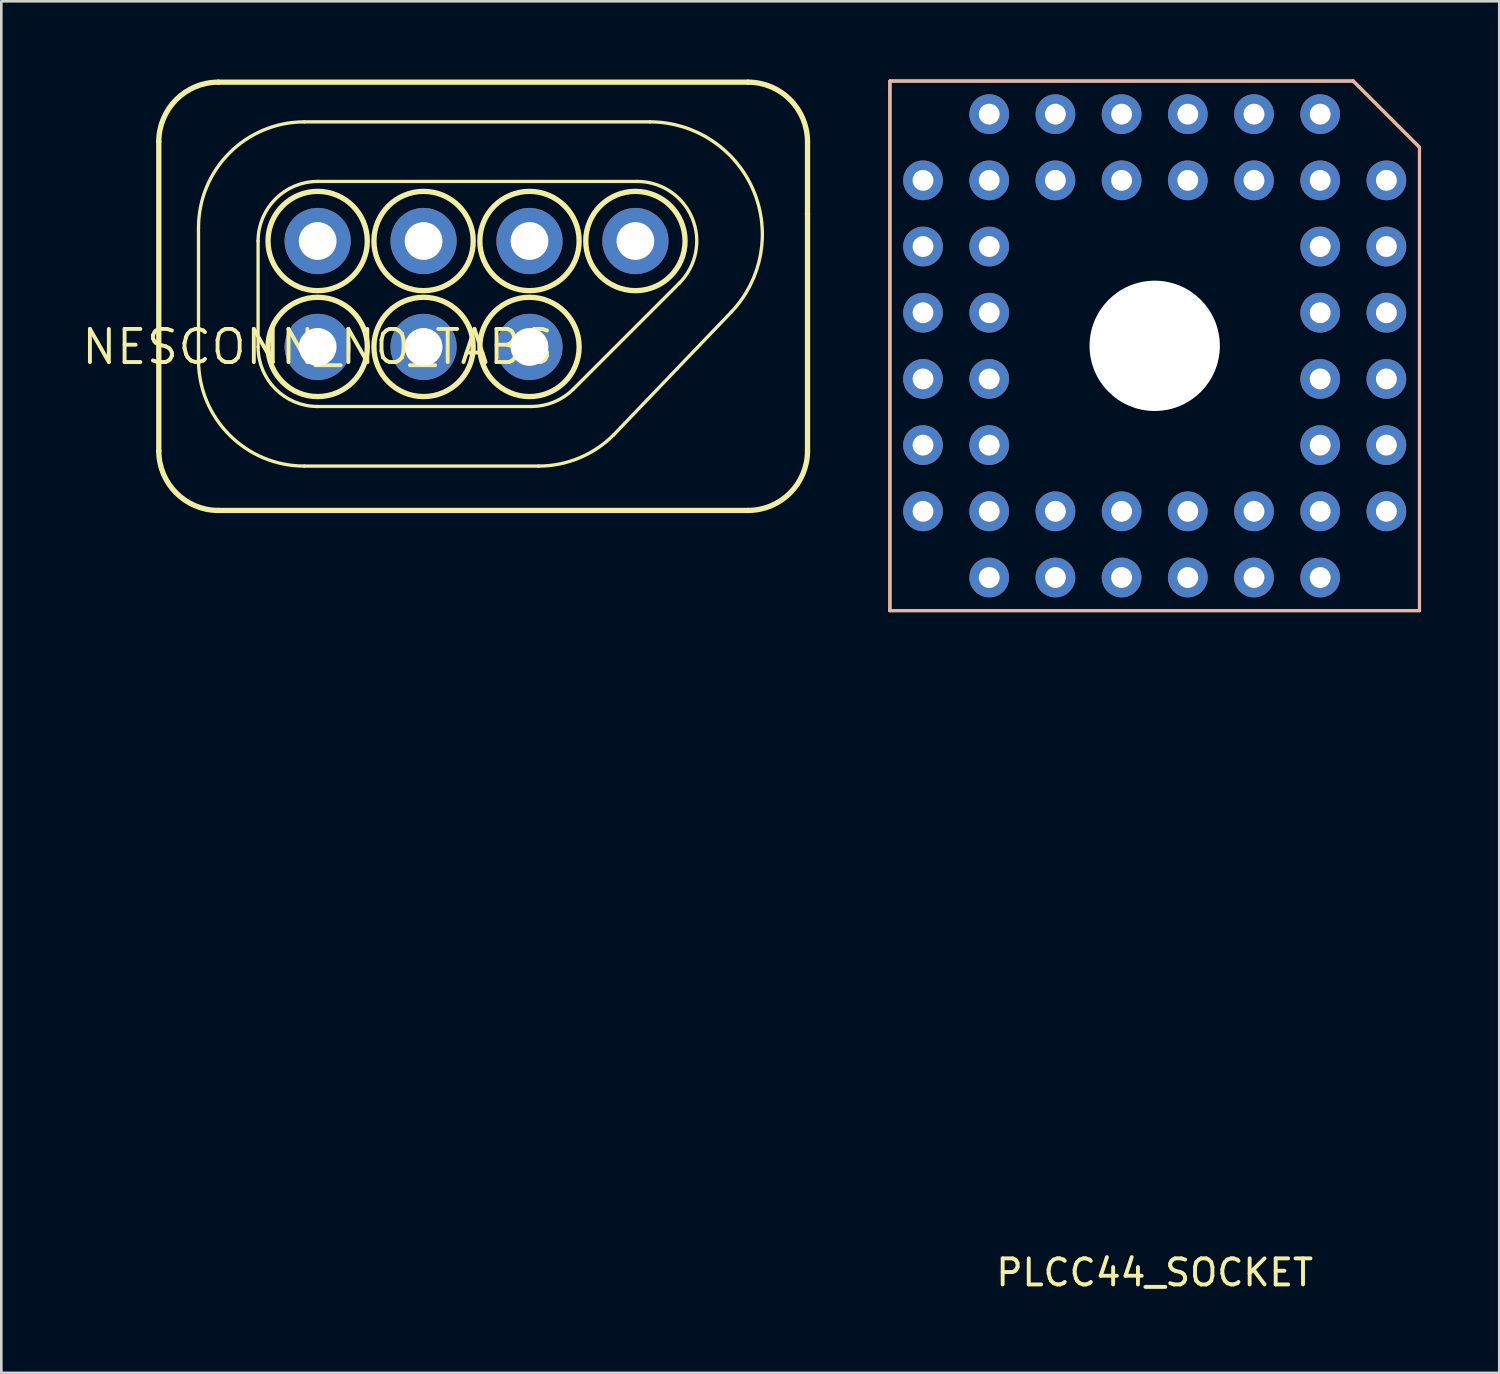
<source format=kicad_pcb>
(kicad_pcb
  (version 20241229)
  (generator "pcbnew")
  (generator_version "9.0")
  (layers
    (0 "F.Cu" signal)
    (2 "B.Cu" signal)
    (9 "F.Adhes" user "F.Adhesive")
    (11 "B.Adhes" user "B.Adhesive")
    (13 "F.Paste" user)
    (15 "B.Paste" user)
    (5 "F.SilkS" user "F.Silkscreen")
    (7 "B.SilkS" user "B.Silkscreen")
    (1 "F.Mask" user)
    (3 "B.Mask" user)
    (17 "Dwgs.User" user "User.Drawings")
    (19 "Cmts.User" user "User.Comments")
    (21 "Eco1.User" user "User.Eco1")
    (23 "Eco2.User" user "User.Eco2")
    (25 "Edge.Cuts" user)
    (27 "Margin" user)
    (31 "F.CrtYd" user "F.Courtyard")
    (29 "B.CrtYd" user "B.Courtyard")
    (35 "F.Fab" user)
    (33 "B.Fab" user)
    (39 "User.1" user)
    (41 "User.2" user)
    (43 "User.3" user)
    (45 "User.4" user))
  (footprint "NESCONN_NO_TABS"
    (layer "F.Cu")
    (at 9.139 10.262)
    (property "Reference" "NESCONN_NO_TABS" (at 0 0 0) (layer "F.SilkS") (effects (font (size 1.27 1.27) (thickness 0.15))))
    (attr through_hole)
    (fp_line (start -6.096 3.988) (end -6.096 -7.874) (stroke (width 0.203) (type solid)) (layer "F.SilkS"))
    (fp_line (start -4.572 0.508) (end -4.572 -4.572) (stroke (width 0.127) (type solid)) (layer "F.SilkS"))
    (fp_line (start -3.81 -10.16) (end 16.51 -10.16) (stroke (width 0.203) (type solid)) (layer "F.SilkS"))
    (fp_line (start -2.286 -4.064) (end -2.286 0) (stroke (width 0.127) (type solid)) (layer "F.SilkS"))
    (fp_line (start -0.508 -8.636) (end 12.746 -8.636) (stroke (width 0.127) (type solid)) (layer "F.SilkS"))
    (fp_line (start 0 -6.35) (end 12.261 -6.35) (stroke (width 0.127) (type solid)) (layer "F.SilkS"))
    (fp_line (start 0 2.286) (end 8.197 2.286) (stroke (width 0.127) (type solid)) (layer "F.SilkS"))
    (fp_line (start 8.477 4.572) (end -0.508 4.572) (stroke (width 0.127) (type solid)) (layer "F.SilkS"))
    (fp_line (start 13.878 -2.448) (end 9.814 1.616) (stroke (width 0.127) (type solid)) (layer "F.SilkS"))
    (fp_line (start 15.864 -1.331) (end 11.35 3.382) (stroke (width 0.127) (type solid)) (layer "F.SilkS"))
    (fp_line (start 16.51 6.274) (end -3.81 6.274) (stroke (width 0.203) (type solid)) (layer "F.SilkS"))
    (fp_line (start 18.796 -7.874) (end 18.796 -5.105) (stroke (width 0.203) (type solid)) (layer "F.SilkS"))
    (fp_line (start 18.796 -5.105) (end 18.796 3.988) (stroke (width 0.203) (type solid)) (layer "F.SilkS"))
    (fp_arc (start -6.096 -7.874) (mid -5.426446 -9.490446) (end -3.81 -10.16) (stroke (width 0.2032) (type solid)) (layer "F.SilkS"))
    (fp_arc (start -4.572 -4.572) (mid -3.381682 -7.445683) (end -0.507999 -8.636001) (stroke (width 0.127) (type solid)) (layer "F.SilkS"))
    (fp_arc (start -3.81 6.2738) (mid -5.426446 5.604246) (end -6.096 3.9878) (stroke (width 0.2032) (type solid)) (layer "F.SilkS"))
    (fp_arc (start -2.286 -4.064) (mid -1.616446 -5.680446) (end 0 -6.35) (stroke (width 0.127) (type solid)) (layer "F.SilkS"))
    (fp_arc (start -0.508 4.572) (mid -3.381682 3.381681) (end -4.572 0.507998) (stroke (width 0.127) (type solid)) (layer "F.SilkS"))
    (fp_arc (start 0 2.286) (mid -1.616446 1.616446) (end -2.286 0) (stroke (width 0.127) (type solid)) (layer "F.SilkS"))
    (fp_arc (start 9.813553 1.616445) (mid 9.071921 2.111988) (end 8.197106 2.286) (stroke (width 0.127) (type solid)) (layer "F.SilkS"))
    (fp_arc (start 11.350318 3.381681) (mid 10.031862 4.262646) (end 8.476636 4.572001) (stroke (width 0.127) (type solid)) (layer "F.SilkS"))
    (fp_arc (start 12.261106 -6.35) (mid 14.373096 -4.938812) (end 13.877552 -2.44755) (stroke (width 0.127) (type solid)) (layer "F.SilkS"))
    (fp_arc (start 12.745625 -8.636) (mid 16.716867 -6.01339) (end 15.86411 -1.331334) (stroke (width 0.127) (type solid)) (layer "F.SilkS"))
    (fp_arc (start 16.51 -10.16) (mid 18.126446 -9.490446) (end 18.796 -7.874) (stroke (width 0.2032) (type solid)) (layer "F.SilkS"))
    (fp_arc (start 18.796 3.9878) (mid 18.126446 5.604246) (end 16.51 6.2738) (stroke (width 0.2032) (type solid)) (layer "F.SilkS"))
    (fp_circle (center 0 -4.064) (end 1.905 -4.064) (stroke (width 0.203) (type solid)) (fill no) (layer "F.SilkS"))
    (fp_circle (center 0 0) (end 1.905 0) (stroke (width 0.203) (type solid)) (fill no) (layer "F.SilkS"))
    (fp_circle (center 4.064 -4.064) (end 5.969 -4.064) (stroke (width 0.203) (type solid)) (fill no) (layer "F.SilkS"))
    (fp_circle (center 4.064 0) (end 5.969 0) (stroke (width 0.203) (type solid)) (fill no) (layer "F.SilkS"))
    (fp_circle (center 8.128 -4.064) (end 10.033 -4.064) (stroke (width 0.203) (type solid)) (fill no) (layer "F.SilkS"))
    (fp_circle (center 8.128 0) (end 10.033 0) (stroke (width 0.203) (type solid)) (fill no) (layer "F.SilkS"))
    (fp_circle (center 12.192 -4.064) (end 14.097 -4.064) (stroke (width 0.203) (type solid)) (fill no) (layer "F.SilkS"))
    (pad "5V" thru_hole circle (at 8.128 0) (size 2.54 2.54) (drill 1.448) (layers "*.Cu" "*.Mask"))
    (pad "CLOCK" thru_hole circle (at 8.128 -4.064) (size 2.54 2.54) (drill 1.448) (layers "*.Cu" "*.Mask"))
    (pad "D0" thru_hole circle (at 0 -4.064) (size 2.54 2.54) (drill 1.448) (layers "*.Cu" "*.Mask"))
    (pad "D3" thru_hole circle (at 4.064 0) (size 2.54 2.54) (drill 1.448) (layers "*.Cu" "*.Mask"))
    (pad "D4" thru_hole circle (at 0 0) (size 2.54 2.54) (drill 1.448) (layers "*.Cu" "*.Mask"))
    (pad "GND" thru_hole circle (at 12.192 -4.064) (size 2.54 2.54) (drill 1.448) (layers "*.Cu" "*.Mask"))
    (pad "LATCH" thru_hole circle (at 4.064 -4.064) (size 2.54 2.54) (drill 1.448) (layers "*.Cu" "*.Mask")))
  (footprint "PLCC44_SOCKET"
    (layer "F.Cu")
    (at 41.257 10.22)
    (property "Reference" "PLCC44_SOCKET" (at 0 35.56 0) (layer "F.SilkS") (effects (font (size 1 1) (thickness 0.15))))
    (attr through_hole)
    (fp_line (start -10.16 -10.16) (end -10.16 10.16) (stroke (width 0.12) (type solid)) (layer "F.SilkS"))
    (fp_line (start -10.16 10.16) (end 10.16 10.16) (stroke (width 0.12) (type solid)) (layer "F.SilkS"))
    (fp_line (start 7.62 -10.16) (end -10.16 -10.16) (stroke (width 0.12) (type solid)) (layer "F.SilkS"))
    (fp_line (start 10.16 -7.62) (end 7.62 -10.16) (stroke (width 0.12) (type solid)) (layer "F.SilkS"))
    (fp_line (start 10.16 10.16) (end 10.16 -7.62) (stroke (width 0.12) (type solid)) (layer "F.SilkS"))
    (fp_line (start -10.16 -10.16) (end 7.62 -10.16) (stroke (width 0.12) (type solid)) (layer "B.SilkS"))
    (fp_line (start -10.16 10.16) (end -10.16 -10.16) (stroke (width 0.12) (type solid)) (layer "B.SilkS"))
    (fp_line (start 7.62 -10.16) (end 10.16 -7.62) (stroke (width 0.12) (type solid)) (layer "B.SilkS"))
    (fp_line (start 10.16 -7.62) (end 10.16 10.16) (stroke (width 0.12) (type solid)) (layer "B.SilkS"))
    (fp_line (start 10.16 10.16) (end -10.16 10.16) (stroke (width 0.12) (type solid)) (layer "B.SilkS"))
    (pad "" np_thru_hole circle (at 0 0) (size 5 5) (drill 5) (layers "*.Cu" "*.Mask"))
    (pad "1" thru_hole circle (at 8.89 -6.35) (size 1.524 1.524) (drill 0.8) (layers "*.Cu" "*.Mask"))
    (pad "2" thru_hole circle (at 6.35 -3.81) (size 1.524 1.524) (drill 0.8) (layers "*.Cu" "*.Mask"))
    (pad "3" thru_hole circle (at 8.89 -3.81) (size 1.524 1.524) (drill 0.8) (layers "*.Cu" "*.Mask"))
    (pad "4" thru_hole circle (at 6.35 -1.27) (size 1.524 1.524) (drill 0.8) (layers "*.Cu" "*.Mask"))
    (pad "5" thru_hole circle (at 8.89 -1.27) (size 1.524 1.524) (drill 0.8) (layers "*.Cu" "*.Mask"))
    (pad "6" thru_hole circle (at 6.35 1.27) (size 1.524 1.524) (drill 0.8) (layers "*.Cu" "*.Mask"))
    (pad "7" thru_hole circle (at 8.89 1.27) (size 1.524 1.524) (drill 0.8) (layers "*.Cu" "*.Mask"))
    (pad "8" thru_hole circle (at 6.35 3.81) (size 1.524 1.524) (drill 0.8) (layers "*.Cu" "*.Mask"))
    (pad "9" thru_hole circle (at 8.89 3.81) (size 1.524 1.524) (drill 0.8) (layers "*.Cu" "*.Mask"))
    (pad "10" thru_hole circle (at 6.35 6.35) (size 1.524 1.524) (drill 0.8) (layers "*.Cu" "*.Mask"))
    (pad "11" thru_hole circle (at 8.89 6.35) (size 1.524 1.524) (drill 0.8) (layers "*.Cu" "*.Mask"))
    (pad "12" thru_hole circle (at 6.35 8.89) (size 1.524 1.524) (drill 0.8) (layers "*.Cu" "*.Mask"))
    (pad "13" thru_hole circle (at 3.81 6.35) (size 1.524 1.524) (drill 0.8) (layers "*.Cu" "*.Mask"))
    (pad "14" thru_hole circle (at 3.81 8.89) (size 1.524 1.524) (drill 0.8) (layers "*.Cu" "*.Mask"))
    (pad "15" thru_hole circle (at 1.27 6.35) (size 1.524 1.524) (drill 0.8) (layers "*.Cu" "*.Mask"))
    (pad "16" thru_hole circle (at 1.27 8.89) (size 1.524 1.524) (drill 0.8) (layers "*.Cu" "*.Mask"))
    (pad "17" thru_hole circle (at -1.27 6.35) (size 1.524 1.524) (drill 0.8) (layers "*.Cu" "*.Mask"))
    (pad "18" thru_hole circle (at -1.27 8.89) (size 1.524 1.524) (drill 0.8) (layers "*.Cu" "*.Mask"))
    (pad "19" thru_hole circle (at -3.81 6.35) (size 1.524 1.524) (drill 0.8) (layers "*.Cu" "*.Mask"))
    (pad "20" thru_hole circle (at -3.81 8.89) (size 1.524 1.524) (drill 0.8) (layers "*.Cu" "*.Mask"))
    (pad "21" thru_hole circle (at -6.35 6.35) (size 1.524 1.524) (drill 0.8) (layers "*.Cu" "*.Mask"))
    (pad "22" thru_hole circle (at -6.35 8.89) (size 1.524 1.524) (drill 0.8) (layers "*.Cu" "*.Mask"))
    (pad "23" thru_hole circle (at -8.89 6.35) (size 1.524 1.524) (drill 0.8) (layers "*.Cu" "*.Mask"))
    (pad "24" thru_hole circle (at -6.35 3.81) (size 1.524 1.524) (drill 0.8) (layers "*.Cu" "*.Mask"))
    (pad "25" thru_hole circle (at -8.89 3.81) (size 1.524 1.524) (drill 0.8) (layers "*.Cu" "*.Mask"))
    (pad "26" thru_hole circle (at -6.35 1.27) (size 1.524 1.524) (drill 0.8) (layers "*.Cu" "*.Mask"))
    (pad "27" thru_hole circle (at -8.89 1.27) (size 1.524 1.524) (drill 0.8) (layers "*.Cu" "*.Mask"))
    (pad "28" thru_hole circle (at -6.35 -1.27) (size 1.524 1.524) (drill 0.8) (layers "*.Cu" "*.Mask"))
    (pad "29" thru_hole circle (at -8.89 -1.27) (size 1.524 1.524) (drill 0.8) (layers "*.Cu" "*.Mask"))
    (pad "30" thru_hole circle (at -6.35 -3.81) (size 1.524 1.524) (drill 0.8) (layers "*.Cu" "*.Mask"))
    (pad "31" thru_hole circle (at -8.89 -3.81) (size 1.524 1.524) (drill 0.8) (layers "*.Cu" "*.Mask"))
    (pad "32" thru_hole circle (at -6.35 -6.35) (size 1.524 1.524) (drill 0.8) (layers "*.Cu" "*.Mask"))
    (pad "33" thru_hole circle (at -8.89 -6.35) (size 1.524 1.524) (drill 0.8) (layers "*.Cu" "*.Mask"))
    (pad "34" thru_hole circle (at -6.35 -8.89) (size 1.524 1.524) (drill 0.8) (layers "*.Cu" "*.Mask"))
    (pad "35" thru_hole circle (at -3.81 -6.35) (size 1.524 1.524) (drill 0.8) (layers "*.Cu" "*.Mask"))
    (pad "36" thru_hole circle (at -3.81 -8.89) (size 1.524 1.524) (drill 0.8) (layers "*.Cu" "*.Mask"))
    (pad "37" thru_hole circle (at -1.27 -6.35) (size 1.524 1.524) (drill 0.8) (layers "*.Cu" "*.Mask"))
    (pad "38" thru_hole circle (at -1.27 -8.89) (size 1.524 1.524) (drill 0.8) (layers "*.Cu" "*.Mask"))
    (pad "39" thru_hole circle (at 1.27 -6.35) (size 1.524 1.524) (drill 0.8) (layers "*.Cu" "*.Mask"))
    (pad "40" thru_hole circle (at 1.27 -8.89) (size 1.524 1.524) (drill 0.8) (layers "*.Cu" "*.Mask"))
    (pad "41" thru_hole circle (at 3.81 -6.35) (size 1.524 1.524) (drill 0.8) (layers "*.Cu" "*.Mask"))
    (pad "42" thru_hole circle (at 3.81 -8.89) (size 1.524 1.524) (drill 0.8) (layers "*.Cu" "*.Mask"))
    (pad "43" thru_hole circle (at 6.35 -6.35) (size 1.524 1.524) (drill 0.8) (layers "*.Cu" "*.Mask"))
    (pad "44" thru_hole circle (at 6.35 -8.89) (size 1.524 1.524) (drill 0.8) (layers "*.Cu" "*.Mask")))
  (gr_rect
    (start -3 -3)
    (end 54.477 49.628)
    (stroke (width 0.1) (type default))
    (fill no)
    (layer "Edge.Cuts")))
</source>
